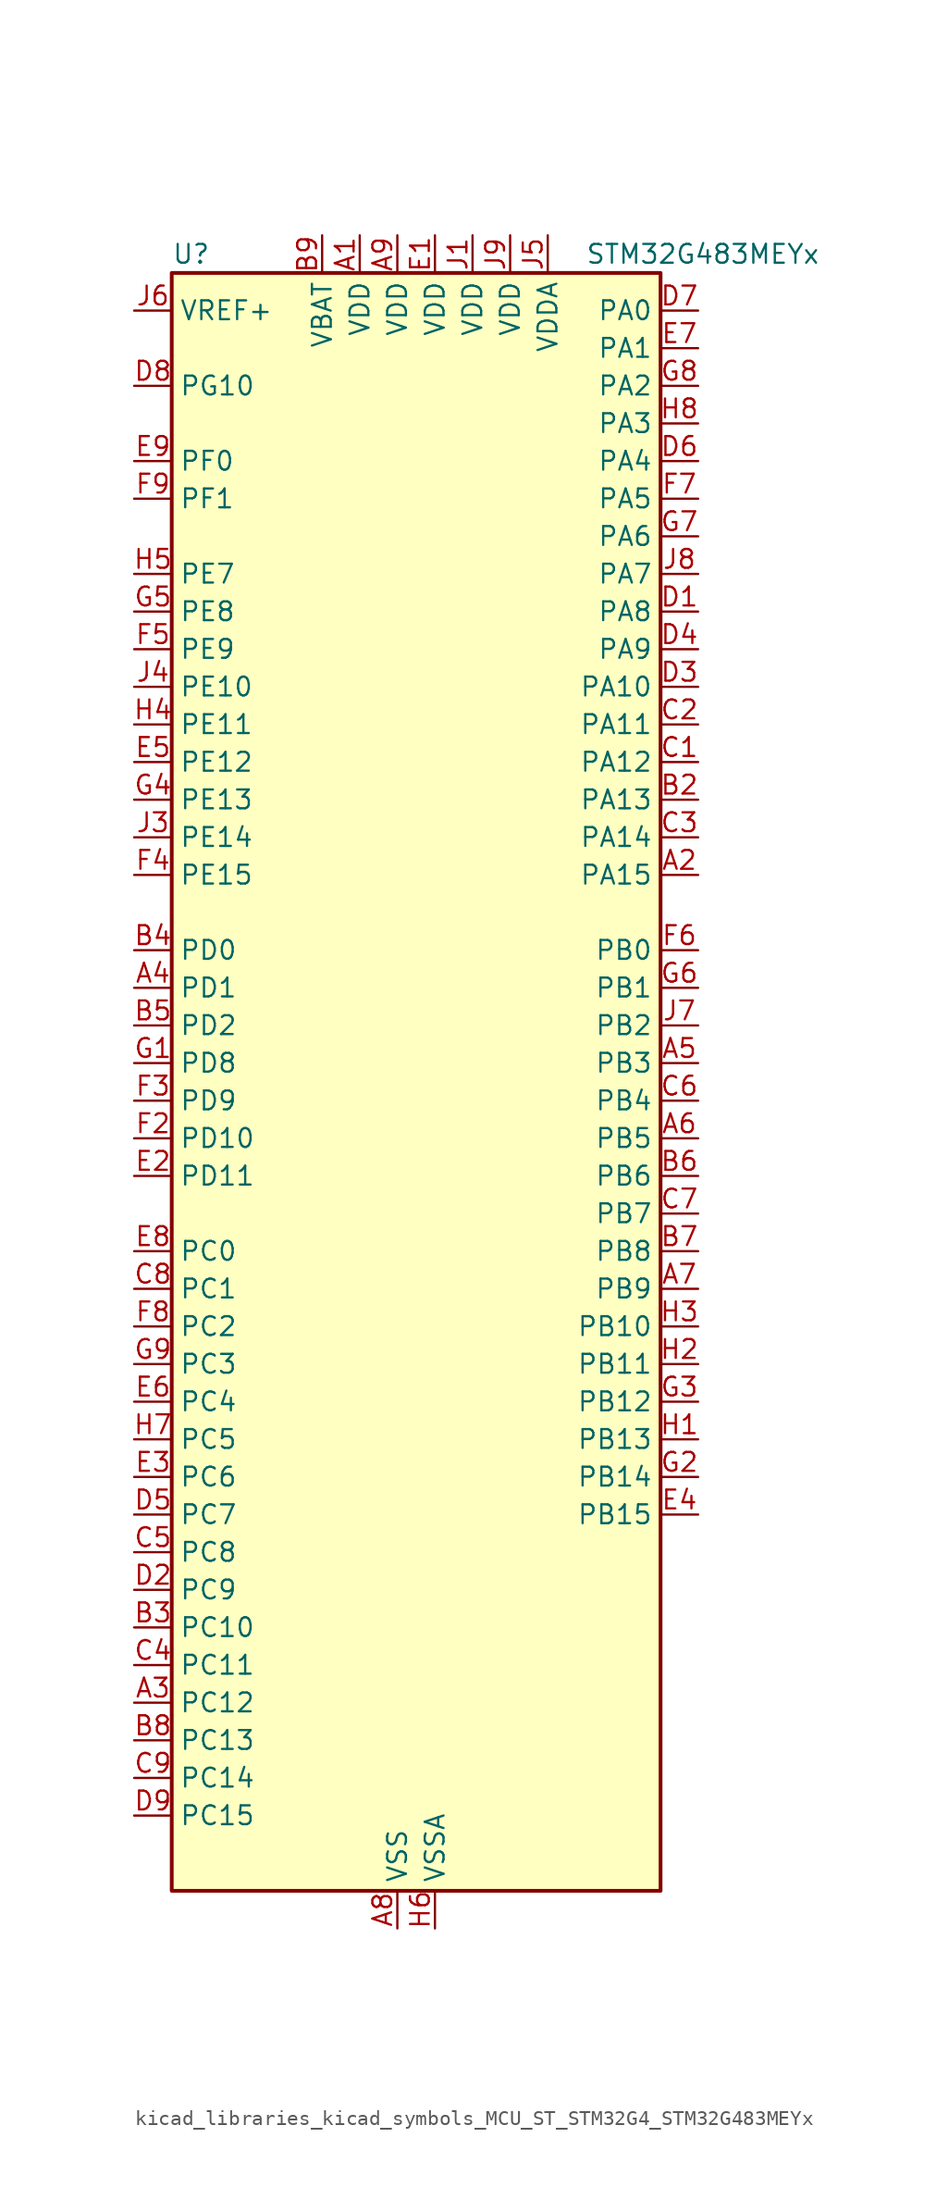
<source format=kicad_sym>
(kicad_symbol_lib
  (version 20220914)
  (generator kicad_symbol_editor)
  (symbol "kicad_libraries_kicad_symbols_MCU_ST_STM32G4_STM32G483MEYx"
    (property "Reference" "U"
      (at -15.24 57.15 0)
      (effects (font (size 1.27 1.27)) (justify left)))
    (property "Value" "STM32G483MEYx"
      (at 12.7 57.15 0)
      (effects (font (size 1.27 1.27)) (justify left)))
    (property "ki_locked" ""
      (at 0 0 0)
      (effects (font (size 1.27 1.27))))
    (symbol "kicad_libraries_kicad_symbols_MCU_ST_STM32G4_STM32G483MEYx_0_1"
      (rectangle (start -15.24 -53.34) (end 17.78 55.88) (stroke (width 0.254) (type default)) (fill (type background))))
    (symbol "kicad_libraries_kicad_symbols_MCU_ST_STM32G4_STM32G483MEYx_1_1"
      (pin power_in line (at -2.54 58.42 270) (length 2.54) (name "VDD" (effects (font (size 1.27 1.27)))) (number "A1" (effects (font (size 1.27 1.27)))))
      (pin bidirectional line (at 20.32 15.24 180) (length 2.54) (name "PA15" (effects (font (size 1.27 1.27)))) (number "A2" (effects (font (size 1.27 1.27)))) (alternate "ADC1_EXTI15" bidirectional line) (alternate "ADC2_EXTI15" bidirectional line) (alternate "FDCAN3_TX" bidirectional line) (alternate "I2C1_SCL" bidirectional line) (alternate "I2S3_WS" bidirectional line) (alternate "SPI1_NSS" bidirectional line) (alternate "SPI3_NSS" bidirectional line) (alternate "SYS_JTDI" bidirectional line) (alternate "TIM1_BKIN" bidirectional line) (alternate "TIM2_CH1" bidirectional line) (alternate "TIM2_ETR" bidirectional line) (alternate "TIM8_CH1" bidirectional line) (alternate "UART4_DE" bidirectional line) (alternate "UART4_RTS" bidirectional line) (alternate "USART2_RX" bidirectional line))
      (pin bidirectional line (at -17.78 -40.64 0) (length 2.54) (name "PC12" (effects (font (size 1.27 1.27)))) (number "A3" (effects (font (size 1.27 1.27)))) (alternate "I2S3_SD" bidirectional line) (alternate "SPI3_MOSI" bidirectional line) (alternate "TIM5_CH2" bidirectional line) (alternate "TIM8_CH3N" bidirectional line) (alternate "UART5_TX" bidirectional line) (alternate "UCPD1_FRSTX1" bidirectional line) (alternate "UCPD1_FRSTX2" bidirectional line) (alternate "USART3_CK" bidirectional line))
      (pin bidirectional line (at -17.78 7.62 0) (length 2.54) (name "PD1" (effects (font (size 1.27 1.27)))) (number "A4" (effects (font (size 1.27 1.27)))) (alternate "FDCAN1_TX" bidirectional line) (alternate "TIM8_BKIN2" bidirectional line) (alternate "TIM8_CH4" bidirectional line))
      (pin bidirectional line (at 20.32 2.54 180) (length 2.54) (name "PB3" (effects (font (size 1.27 1.27)))) (number "A5" (effects (font (size 1.27 1.27)))) (alternate "ADC3_EXTI3" bidirectional line) (alternate "ADC4_EXTI3" bidirectional line) (alternate "ADC5_EXTI3" bidirectional line) (alternate "CRS_SYNC" bidirectional line) (alternate "FDCAN3_RX" bidirectional line) (alternate "I2S3_CK" bidirectional line) (alternate "SAI1_SCK_B" bidirectional line) (alternate "SPI1_SCK" bidirectional line) (alternate "SPI3_SCK" bidirectional line) (alternate "SYS_JTDO-SWO" bidirectional line) (alternate "TIM2_CH2" bidirectional line) (alternate "TIM3_ETR" bidirectional line) (alternate "TIM4_ETR" bidirectional line) (alternate "TIM8_CH1N" bidirectional line) (alternate "USART2_TX" bidirectional line))
      (pin bidirectional line (at 20.32 -2.54 180) (length 2.54) (name "PB5" (effects (font (size 1.27 1.27)))) (number "A6" (effects (font (size 1.27 1.27)))) (alternate "FDCAN2_RX" bidirectional line) (alternate "I2C1_SMBA" bidirectional line) (alternate "I2C3_SDA" bidirectional line) (alternate "I2S3_SD" bidirectional line) (alternate "LPTIM1_IN1" bidirectional line) (alternate "SAI1_SD_B" bidirectional line) (alternate "SPI1_MOSI" bidirectional line) (alternate "SPI3_MOSI" bidirectional line) (alternate "TIM16_BKIN" bidirectional line) (alternate "TIM17_CH1" bidirectional line) (alternate "TIM3_CH2" bidirectional line) (alternate "TIM8_CH3N" bidirectional line) (alternate "UART5_CTS" bidirectional line) (alternate "USART2_CK" bidirectional line))
      (pin bidirectional line (at 20.32 -12.7 180) (length 2.54) (name "PB9" (effects (font (size 1.27 1.27)))) (number "A7" (effects (font (size 1.27 1.27)))) (alternate "COMP2_OUT" bidirectional line) (alternate "DAC1_EXTI9" bidirectional line) (alternate "DAC2_EXTI9" bidirectional line) (alternate "DAC3_EXTI9" bidirectional line) (alternate "DAC4_EXTI9" bidirectional line) (alternate "FDCAN1_TX" bidirectional line) (alternate "I2C1_SDA" bidirectional line) (alternate "IR_OUT" bidirectional line) (alternate "SAI1_D2" bidirectional line) (alternate "SAI1_FS_A" bidirectional line) (alternate "TIM17_CH1" bidirectional line) (alternate "TIM1_CH3N" bidirectional line) (alternate "TIM4_CH4" bidirectional line) (alternate "TIM8_CH3" bidirectional line) (alternate "USART3_TX" bidirectional line))
      (pin power_in line (at 0 -55.88 90) (length 2.54) (name "VSS" (effects (font (size 1.27 1.27)))) (number "A8" (effects (font (size 1.27 1.27)))))
      (pin power_in line (at 0 58.42 270) (length 2.54) (name "VDD" (effects (font (size 1.27 1.27)))) (number "A9" (effects (font (size 1.27 1.27)))))
      (pin passive line (at 0 -55.88 90) (length 2.54) hide (name "VSS" (effects (font (size 1.27 1.27)))) (number "B1" (effects (font (size 1.27 1.27)))))
      (pin bidirectional line (at 20.32 20.32 180) (length 2.54) (name "PA13" (effects (font (size 1.27 1.27)))) (number "B2" (effects (font (size 1.27 1.27)))) (alternate "I2C1_SCL" bidirectional line) (alternate "I2C4_SCL" bidirectional line) (alternate "IR_OUT" bidirectional line) (alternate "SAI1_SD_B" bidirectional line) (alternate "SYS_JTMS-SWDIO" bidirectional line) (alternate "TIM16_CH1N" bidirectional line) (alternate "TIM4_CH3" bidirectional line) (alternate "USART3_CTS" bidirectional line) (alternate "USART3_NSS" bidirectional line))
      (pin bidirectional line (at -17.78 -35.56 0) (length 2.54) (name "PC10" (effects (font (size 1.27 1.27)))) (number "B3" (effects (font (size 1.27 1.27)))) (alternate "DAC1_EXTI10" bidirectional line) (alternate "DAC2_EXTI10" bidirectional line) (alternate "DAC3_EXTI10" bidirectional line) (alternate "DAC4_EXTI10" bidirectional line) (alternate "I2S3_CK" bidirectional line) (alternate "SPI3_SCK" bidirectional line) (alternate "TIM8_CH1N" bidirectional line) (alternate "UART4_TX" bidirectional line) (alternate "USART3_TX" bidirectional line))
      (pin bidirectional line (at -17.78 10.16 0) (length 2.54) (name "PD0" (effects (font (size 1.27 1.27)))) (number "B4" (effects (font (size 1.27 1.27)))) (alternate "FDCAN1_RX" bidirectional line) (alternate "TIM8_CH4N" bidirectional line))
      (pin bidirectional line (at -17.78 5.08 0) (length 2.54) (name "PD2" (effects (font (size 1.27 1.27)))) (number "B5" (effects (font (size 1.27 1.27)))) (alternate "ADC3_EXTI2" bidirectional line) (alternate "ADC4_EXTI2" bidirectional line) (alternate "ADC5_EXTI2" bidirectional line) (alternate "TIM3_ETR" bidirectional line) (alternate "TIM8_BKIN" bidirectional line) (alternate "UART5_RX" bidirectional line))
      (pin bidirectional line (at 20.32 -5.08 180) (length 2.54) (name "PB6" (effects (font (size 1.27 1.27)))) (number "B6" (effects (font (size 1.27 1.27)))) (alternate "COMP4_OUT" bidirectional line) (alternate "FDCAN2_TX" bidirectional line) (alternate "LPTIM1_ETR" bidirectional line) (alternate "SAI1_FS_B" bidirectional line) (alternate "TIM16_CH1N" bidirectional line) (alternate "TIM4_CH1" bidirectional line) (alternate "TIM8_BKIN2" bidirectional line) (alternate "TIM8_CH1" bidirectional line) (alternate "TIM8_ETR" bidirectional line) (alternate "UCPD1_CC1" bidirectional line) (alternate "USART1_TX" bidirectional line))
      (pin bidirectional line (at 20.32 -10.16 180) (length 2.54) (name "PB8" (effects (font (size 1.27 1.27)))) (number "B7" (effects (font (size 1.27 1.27)))) (alternate "COMP1_OUT" bidirectional line) (alternate "FDCAN1_RX" bidirectional line) (alternate "I2C1_SCL" bidirectional line) (alternate "SAI1_CK1" bidirectional line) (alternate "SAI1_MCLK_A" bidirectional line) (alternate "TIM16_CH1" bidirectional line) (alternate "TIM1_BKIN" bidirectional line) (alternate "TIM4_CH3" bidirectional line) (alternate "TIM8_CH2" bidirectional line) (alternate "USART3_RX" bidirectional line))
      (pin bidirectional line (at -17.78 -43.18 0) (length 2.54) (name "PC13" (effects (font (size 1.27 1.27)))) (number "B8" (effects (font (size 1.27 1.27)))) (alternate "RTC_OUT1" bidirectional line) (alternate "RTC_TAMP1" bidirectional line) (alternate "RTC_TS" bidirectional line) (alternate "SYS_WKUP2" bidirectional line) (alternate "TIM1_BKIN" bidirectional line) (alternate "TIM1_CH1N" bidirectional line) (alternate "TIM8_CH4N" bidirectional line))
      (pin power_in line (at -5.08 58.42 270) (length 2.54) (name "VBAT" (effects (font (size 1.27 1.27)))) (number "B9" (effects (font (size 1.27 1.27)))))
      (pin bidirectional line (at 20.32 22.86 180) (length 2.54) (name "PA12" (effects (font (size 1.27 1.27)))) (number "C1" (effects (font (size 1.27 1.27)))) (alternate "COMP2_OUT" bidirectional line) (alternate "FDCAN1_TX" bidirectional line) (alternate "I2S_CKIN" bidirectional line) (alternate "TIM16_CH1" bidirectional line) (alternate "TIM1_CH2N" bidirectional line) (alternate "TIM1_ETR" bidirectional line) (alternate "TIM4_CH2" bidirectional line) (alternate "USART1_DE" bidirectional line) (alternate "USART1_RTS" bidirectional line) (alternate "USB_DP" bidirectional line))
      (pin bidirectional line (at 20.32 25.4 180) (length 2.54) (name "PA11" (effects (font (size 1.27 1.27)))) (number "C2" (effects (font (size 1.27 1.27)))) (alternate "ADC1_EXTI11" bidirectional line) (alternate "ADC2_EXTI11" bidirectional line) (alternate "COMP1_OUT" bidirectional line) (alternate "FDCAN1_RX" bidirectional line) (alternate "I2S2_SD" bidirectional line) (alternate "SPI2_MOSI" bidirectional line) (alternate "TIM1_BKIN2" bidirectional line) (alternate "TIM1_CH1N" bidirectional line) (alternate "TIM1_CH4" bidirectional line) (alternate "TIM4_CH1" bidirectional line) (alternate "USART1_CTS" bidirectional line) (alternate "USART1_NSS" bidirectional line) (alternate "USB_DM" bidirectional line))
      (pin bidirectional line (at 20.32 17.78 180) (length 2.54) (name "PA14" (effects (font (size 1.27 1.27)))) (number "C3" (effects (font (size 1.27 1.27)))) (alternate "I2C1_SDA" bidirectional line) (alternate "I2C4_SMBA" bidirectional line) (alternate "LPTIM1_OUT" bidirectional line) (alternate "SAI1_FS_B" bidirectional line) (alternate "SYS_JTCK-SWCLK" bidirectional line) (alternate "TIM1_BKIN" bidirectional line) (alternate "TIM8_CH2" bidirectional line) (alternate "USART2_TX" bidirectional line))
      (pin bidirectional line (at -17.78 -38.1 0) (length 2.54) (name "PC11" (effects (font (size 1.27 1.27)))) (number "C4" (effects (font (size 1.27 1.27)))) (alternate "ADC1_EXTI11" bidirectional line) (alternate "ADC2_EXTI11" bidirectional line) (alternate "I2C3_SDA" bidirectional line) (alternate "SPI3_MISO" bidirectional line) (alternate "TIM8_CH2N" bidirectional line) (alternate "UART4_RX" bidirectional line) (alternate "USART3_RX" bidirectional line))
      (pin bidirectional line (at -17.78 -30.48 0) (length 2.54) (name "PC8" (effects (font (size 1.27 1.27)))) (number "C5" (effects (font (size 1.27 1.27)))) (alternate "COMP7_OUT" bidirectional line) (alternate "I2C3_SCL" bidirectional line) (alternate "TIM20_CH3" bidirectional line) (alternate "TIM3_CH3" bidirectional line) (alternate "TIM8_CH3" bidirectional line))
      (pin bidirectional line (at 20.32 0 180) (length 2.54) (name "PB4" (effects (font (size 1.27 1.27)))) (number "C6" (effects (font (size 1.27 1.27)))) (alternate "FDCAN3_TX" bidirectional line) (alternate "SAI1_MCLK_B" bidirectional line) (alternate "SPI1_MISO" bidirectional line) (alternate "SPI3_MISO" bidirectional line) (alternate "SYS_JTRST" bidirectional line) (alternate "TIM16_CH1" bidirectional line) (alternate "TIM17_BKIN" bidirectional line) (alternate "TIM3_CH1" bidirectional line) (alternate "TIM8_CH2N" bidirectional line) (alternate "UART5_DE" bidirectional line) (alternate "UART5_RTS" bidirectional line) (alternate "UCPD1_CC2" bidirectional line) (alternate "USART2_RX" bidirectional line))
      (pin bidirectional line (at 20.32 -7.62 180) (length 2.54) (name "PB7" (effects (font (size 1.27 1.27)))) (number "C7" (effects (font (size 1.27 1.27)))) (alternate "COMP3_OUT" bidirectional line) (alternate "I2C1_SDA" bidirectional line) (alternate "I2C4_SDA" bidirectional line) (alternate "LPTIM1_IN2" bidirectional line) (alternate "SYS_PVD_IN" bidirectional line) (alternate "TIM17_CH1N" bidirectional line) (alternate "TIM3_CH4" bidirectional line) (alternate "TIM4_CH2" bidirectional line) (alternate "TIM8_BKIN" bidirectional line) (alternate "UART4_CTS" bidirectional line) (alternate "USART1_RX" bidirectional line))
      (pin bidirectional line (at -17.78 -12.7 0) (length 2.54) (name "PC1" (effects (font (size 1.27 1.27)))) (number "C8" (effects (font (size 1.27 1.27)))) (alternate "ADC1_IN7" bidirectional line) (alternate "ADC2_IN7" bidirectional line) (alternate "COMP3_INP" bidirectional line) (alternate "LPTIM1_OUT" bidirectional line) (alternate "LPUART1_TX" bidirectional line) (alternate "QUADSPI1_BK2_IO0" bidirectional line) (alternate "SAI1_SD_A" bidirectional line) (alternate "TIM1_CH2" bidirectional line))
      (pin bidirectional line (at -17.78 -45.72 0) (length 2.54) (name "PC14" (effects (font (size 1.27 1.27)))) (number "C9" (effects (font (size 1.27 1.27)))) (alternate "RCC_OSC32_IN" bidirectional line))
      (pin bidirectional line (at 20.32 33.02 180) (length 2.54) (name "PA8" (effects (font (size 1.27 1.27)))) (number "D1" (effects (font (size 1.27 1.27)))) (alternate "ADC5_IN1" bidirectional line) (alternate "COMP7_OUT" bidirectional line) (alternate "FDCAN3_RX" bidirectional line) (alternate "I2C2_SDA" bidirectional line) (alternate "I2C3_SCL" bidirectional line) (alternate "I2S2_MCK" bidirectional line) (alternate "OPAMP5_VOUT" bidirectional line) (alternate "RCC_MCO" bidirectional line) (alternate "SAI1_CK2" bidirectional line) (alternate "SAI1_SCK_A" bidirectional line) (alternate "TIM1_CH1" bidirectional line) (alternate "TIM4_ETR" bidirectional line) (alternate "USART1_CK" bidirectional line))
      (pin bidirectional line (at -17.78 -33.02 0) (length 2.54) (name "PC9" (effects (font (size 1.27 1.27)))) (number "D2" (effects (font (size 1.27 1.27)))) (alternate "DAC1_EXTI9" bidirectional line) (alternate "DAC2_EXTI9" bidirectional line) (alternate "DAC3_EXTI9" bidirectional line) (alternate "DAC4_EXTI9" bidirectional line) (alternate "I2C3_SDA" bidirectional line) (alternate "I2S_CKIN" bidirectional line) (alternate "TIM3_CH4" bidirectional line) (alternate "TIM8_BKIN2" bidirectional line) (alternate "TIM8_CH4" bidirectional line))
      (pin bidirectional line (at 20.32 27.94 180) (length 2.54) (name "PA10" (effects (font (size 1.27 1.27)))) (number "D3" (effects (font (size 1.27 1.27)))) (alternate "COMP6_OUT" bidirectional line) (alternate "CRS_SYNC" bidirectional line) (alternate "DAC1_EXTI10" bidirectional line) (alternate "DAC2_EXTI10" bidirectional line) (alternate "DAC3_EXTI10" bidirectional line) (alternate "DAC4_EXTI10" bidirectional line) (alternate "I2C2_SMBA" bidirectional line) (alternate "SAI1_D1" bidirectional line) (alternate "SAI1_SD_A" bidirectional line) (alternate "SPI2_MISO" bidirectional line) (alternate "TIM17_BKIN" bidirectional line) (alternate "TIM1_CH3" bidirectional line) (alternate "TIM2_CH4" bidirectional line) (alternate "TIM8_BKIN" bidirectional line) (alternate "UCPD1_DBCC2" bidirectional line) (alternate "USART1_RX" bidirectional line))
      (pin bidirectional line (at 20.32 30.48 180) (length 2.54) (name "PA9" (effects (font (size 1.27 1.27)))) (number "D4" (effects (font (size 1.27 1.27)))) (alternate "ADC5_IN2" bidirectional line) (alternate "COMP5_OUT" bidirectional line) (alternate "DAC1_EXTI9" bidirectional line) (alternate "DAC2_EXTI9" bidirectional line) (alternate "DAC3_EXTI9" bidirectional line) (alternate "DAC4_EXTI9" bidirectional line) (alternate "I2C2_SCL" bidirectional line) (alternate "I2C3_SMBA" bidirectional line) (alternate "I2S3_MCK" bidirectional line) (alternate "SAI1_FS_A" bidirectional line) (alternate "TIM15_BKIN" bidirectional line) (alternate "TIM1_CH2" bidirectional line) (alternate "TIM2_CH3" bidirectional line) (alternate "UCPD1_DBCC1" bidirectional line) (alternate "USART1_TX" bidirectional line))
      (pin bidirectional line (at -17.78 -27.94 0) (length 2.54) (name "PC7" (effects (font (size 1.27 1.27)))) (number "D5" (effects (font (size 1.27 1.27)))) (alternate "COMP5_OUT" bidirectional line) (alternate "I2C4_SDA" bidirectional line) (alternate "I2S3_MCK" bidirectional line) (alternate "TIM3_CH2" bidirectional line) (alternate "TIM8_CH2" bidirectional line))
      (pin bidirectional line (at 20.32 43.18 180) (length 2.54) (name "PA4" (effects (font (size 1.27 1.27)))) (number "D6" (effects (font (size 1.27 1.27)))) (alternate "ADC2_IN17" bidirectional line) (alternate "COMP1_INM" bidirectional line) (alternate "DAC1_OUT1" bidirectional line) (alternate "I2S3_WS" bidirectional line) (alternate "SAI1_FS_B" bidirectional line) (alternate "SPI1_NSS" bidirectional line) (alternate "SPI3_NSS" bidirectional line) (alternate "TIM3_CH2" bidirectional line) (alternate "USART2_CK" bidirectional line))
      (pin bidirectional line (at 20.32 53.34 180) (length 2.54) (name "PA0" (effects (font (size 1.27 1.27)))) (number "D7" (effects (font (size 1.27 1.27)))) (alternate "ADC1_IN1" bidirectional line) (alternate "ADC2_IN1" bidirectional line) (alternate "COMP1_INM" bidirectional line) (alternate "COMP1_OUT" bidirectional line) (alternate "COMP3_INP" bidirectional line) (alternate "RTC_TAMP2" bidirectional line) (alternate "SYS_WKUP1" bidirectional line) (alternate "TIM2_CH1" bidirectional line) (alternate "TIM2_ETR" bidirectional line) (alternate "TIM5_CH1" bidirectional line) (alternate "TIM8_BKIN" bidirectional line) (alternate "TIM8_ETR" bidirectional line) (alternate "USART2_CTS" bidirectional line) (alternate "USART2_NSS" bidirectional line))
      (pin bidirectional line (at -17.78 48.26 0) (length 2.54) (name "PG10" (effects (font (size 1.27 1.27)))) (number "D8" (effects (font (size 1.27 1.27)))) (alternate "DAC1_EXTI10" bidirectional line) (alternate "DAC2_EXTI10" bidirectional line) (alternate "DAC3_EXTI10" bidirectional line) (alternate "DAC4_EXTI10" bidirectional line) (alternate "RCC_MCO" bidirectional line))
      (pin bidirectional line (at -17.78 -48.26 0) (length 2.54) (name "PC15" (effects (font (size 1.27 1.27)))) (number "D9" (effects (font (size 1.27 1.27)))) (alternate "ADC1_EXTI15" bidirectional line) (alternate "ADC2_EXTI15" bidirectional line) (alternate "RCC_OSC32_OUT" bidirectional line))
      (pin power_in line (at 2.54 58.42 270) (length 2.54) (name "VDD" (effects (font (size 1.27 1.27)))) (number "E1" (effects (font (size 1.27 1.27)))))
      (pin bidirectional line (at -17.78 -5.08 0) (length 2.54) (name "PD11" (effects (font (size 1.27 1.27)))) (number "E2" (effects (font (size 1.27 1.27)))) (alternate "ADC1_EXTI11" bidirectional line) (alternate "ADC2_EXTI11" bidirectional line) (alternate "ADC3_IN8" bidirectional line) (alternate "ADC4_IN8" bidirectional line) (alternate "ADC5_IN8" bidirectional line) (alternate "COMP6_INP" bidirectional line) (alternate "I2C4_SMBA" bidirectional line) (alternate "OPAMP4_VINP" bidirectional line) (alternate "OPAMP4_VINP_SEC" bidirectional line) (alternate "TIM5_ETR" bidirectional line) (alternate "USART3_CTS" bidirectional line) (alternate "USART3_NSS" bidirectional line))
      (pin bidirectional line (at -17.78 -25.4 0) (length 2.54) (name "PC6" (effects (font (size 1.27 1.27)))) (number "E3" (effects (font (size 1.27 1.27)))) (alternate "COMP6_OUT" bidirectional line) (alternate "I2C4_SCL" bidirectional line) (alternate "I2S2_MCK" bidirectional line) (alternate "TIM3_CH1" bidirectional line) (alternate "TIM8_CH1" bidirectional line))
      (pin bidirectional line (at 20.32 -27.94 180) (length 2.54) (name "PB15" (effects (font (size 1.27 1.27)))) (number "E4" (effects (font (size 1.27 1.27)))) (alternate "ADC1_EXTI15" bidirectional line) (alternate "ADC2_EXTI15" bidirectional line) (alternate "ADC2_IN15" bidirectional line) (alternate "ADC4_IN5" bidirectional line) (alternate "COMP3_OUT" bidirectional line) (alternate "COMP6_INM" bidirectional line) (alternate "I2S2_SD" bidirectional line) (alternate "OPAMP5_VINM" bidirectional line) (alternate "OPAMP5_VINM0" bidirectional line) (alternate "OPAMP5_VINM_SEC" bidirectional line) (alternate "RTC_REFIN" bidirectional line) (alternate "SPI2_MOSI" bidirectional line) (alternate "TIM15_CH1N" bidirectional line) (alternate "TIM15_CH2" bidirectional line) (alternate "TIM1_CH3N" bidirectional line))
      (pin bidirectional line (at -17.78 22.86 0) (length 2.54) (name "PE12" (effects (font (size 1.27 1.27)))) (number "E5" (effects (font (size 1.27 1.27)))) (alternate "ADC3_IN16" bidirectional line) (alternate "ADC4_IN16" bidirectional line) (alternate "ADC5_IN16" bidirectional line) (alternate "QUADSPI1_BK1_IO0" bidirectional line) (alternate "SPI4_SCK" bidirectional line) (alternate "TIM1_CH3N" bidirectional line))
      (pin bidirectional line (at -17.78 -20.32 0) (length 2.54) (name "PC4" (effects (font (size 1.27 1.27)))) (number "E6" (effects (font (size 1.27 1.27)))) (alternate "ADC2_IN5" bidirectional line) (alternate "I2C2_SCL" bidirectional line) (alternate "QUADSPI1_BK2_IO3" bidirectional line) (alternate "TIM1_ETR" bidirectional line) (alternate "USART1_TX" bidirectional line))
      (pin bidirectional line (at 20.32 50.8 180) (length 2.54) (name "PA1" (effects (font (size 1.27 1.27)))) (number "E7" (effects (font (size 1.27 1.27)))) (alternate "ADC1_IN2" bidirectional line) (alternate "ADC2_IN2" bidirectional line) (alternate "COMP1_INP" bidirectional line) (alternate "OPAMP1_VINP" bidirectional line) (alternate "OPAMP1_VINP_SEC" bidirectional line) (alternate "OPAMP3_VINP" bidirectional line) (alternate "OPAMP3_VINP_SEC" bidirectional line) (alternate "OPAMP6_VINM" bidirectional line) (alternate "OPAMP6_VINM0" bidirectional line) (alternate "OPAMP6_VINM_SEC" bidirectional line) (alternate "RTC_REFIN" bidirectional line) (alternate "TIM15_CH1N" bidirectional line) (alternate "TIM2_CH2" bidirectional line) (alternate "TIM5_CH2" bidirectional line) (alternate "USART2_DE" bidirectional line) (alternate "USART2_RTS" bidirectional line))
      (pin bidirectional line (at -17.78 -10.16 0) (length 2.54) (name "PC0" (effects (font (size 1.27 1.27)))) (number "E8" (effects (font (size 1.27 1.27)))) (alternate "ADC1_IN6" bidirectional line) (alternate "ADC2_IN6" bidirectional line) (alternate "COMP3_INM" bidirectional line) (alternate "LPTIM1_IN1" bidirectional line) (alternate "LPUART1_RX" bidirectional line) (alternate "TIM1_CH1" bidirectional line))
      (pin bidirectional line (at -17.78 43.18 0) (length 2.54) (name "PF0" (effects (font (size 1.27 1.27)))) (number "E9" (effects (font (size 1.27 1.27)))) (alternate "ADC1_IN10" bidirectional line) (alternate "I2C2_SDA" bidirectional line) (alternate "I2S2_WS" bidirectional line) (alternate "RCC_OSC_IN" bidirectional line) (alternate "SPI2_NSS" bidirectional line) (alternate "TIM1_CH3N" bidirectional line))
      (pin passive line (at 0 -55.88 90) (length 2.54) hide (name "VSS" (effects (font (size 1.27 1.27)))) (number "F1" (effects (font (size 1.27 1.27)))))
      (pin bidirectional line (at -17.78 -2.54 0) (length 2.54) (name "PD10" (effects (font (size 1.27 1.27)))) (number "F2" (effects (font (size 1.27 1.27)))) (alternate "ADC3_IN7" bidirectional line) (alternate "ADC4_IN7" bidirectional line) (alternate "ADC5_IN7" bidirectional line) (alternate "COMP6_INM" bidirectional line) (alternate "DAC1_EXTI10" bidirectional line) (alternate "DAC2_EXTI10" bidirectional line) (alternate "DAC3_EXTI10" bidirectional line) (alternate "DAC4_EXTI10" bidirectional line) (alternate "USART3_CK" bidirectional line))
      (pin bidirectional line (at -17.78 0 0) (length 2.54) (name "PD9" (effects (font (size 1.27 1.27)))) (number "F3" (effects (font (size 1.27 1.27)))) (alternate "ADC4_IN13" bidirectional line) (alternate "ADC5_IN13" bidirectional line) (alternate "DAC1_EXTI9" bidirectional line) (alternate "DAC2_EXTI9" bidirectional line) (alternate "DAC3_EXTI9" bidirectional line) (alternate "DAC4_EXTI9" bidirectional line) (alternate "OPAMP6_VINP" bidirectional line) (alternate "OPAMP6_VINP_SEC" bidirectional line) (alternate "USART3_RX" bidirectional line))
      (pin bidirectional line (at -17.78 15.24 0) (length 2.54) (name "PE15" (effects (font (size 1.27 1.27)))) (number "F4" (effects (font (size 1.27 1.27)))) (alternate "ADC1_EXTI15" bidirectional line) (alternate "ADC2_EXTI15" bidirectional line) (alternate "ADC4_IN2" bidirectional line) (alternate "QUADSPI1_BK1_IO3" bidirectional line) (alternate "TIM1_BKIN" bidirectional line) (alternate "TIM1_CH4N" bidirectional line) (alternate "USART3_RX" bidirectional line))
      (pin bidirectional line (at -17.78 30.48 0) (length 2.54) (name "PE9" (effects (font (size 1.27 1.27)))) (number "F5" (effects (font (size 1.27 1.27)))) (alternate "ADC3_IN2" bidirectional line) (alternate "DAC1_EXTI9" bidirectional line) (alternate "DAC2_EXTI9" bidirectional line) (alternate "DAC3_EXTI9" bidirectional line) (alternate "DAC4_EXTI9" bidirectional line) (alternate "SAI1_FS_B" bidirectional line) (alternate "TIM1_CH1" bidirectional line) (alternate "TIM5_CH4" bidirectional line))
      (pin bidirectional line (at 20.32 10.16 180) (length 2.54) (name "PB0" (effects (font (size 1.27 1.27)))) (number "F6" (effects (font (size 1.27 1.27)))) (alternate "ADC1_IN15" bidirectional line) (alternate "ADC3_IN12" bidirectional line) (alternate "COMP4_INP" bidirectional line) (alternate "OPAMP2_VINP" bidirectional line) (alternate "OPAMP2_VINP_SEC" bidirectional line) (alternate "OPAMP3_VINP" bidirectional line) (alternate "OPAMP3_VINP_SEC" bidirectional line) (alternate "QUADSPI1_BK1_IO1" bidirectional line) (alternate "TIM1_CH2N" bidirectional line) (alternate "TIM3_CH3" bidirectional line) (alternate "TIM8_CH2N" bidirectional line) (alternate "UCPD1_FRSTX1" bidirectional line) (alternate "UCPD1_FRSTX2" bidirectional line))
      (pin bidirectional line (at 20.32 40.64 180) (length 2.54) (name "PA5" (effects (font (size 1.27 1.27)))) (number "F7" (effects (font (size 1.27 1.27)))) (alternate "ADC2_IN13" bidirectional line) (alternate "COMP2_INM" bidirectional line) (alternate "DAC1_OUT2" bidirectional line) (alternate "OPAMP2_VINM" bidirectional line) (alternate "OPAMP2_VINM0" bidirectional line) (alternate "OPAMP2_VINM_SEC" bidirectional line) (alternate "SPI1_SCK" bidirectional line) (alternate "TIM2_CH1" bidirectional line) (alternate "TIM2_ETR" bidirectional line) (alternate "UCPD1_FRSTX1" bidirectional line) (alternate "UCPD1_FRSTX2" bidirectional line))
      (pin bidirectional line (at -17.78 -15.24 0) (length 2.54) (name "PC2" (effects (font (size 1.27 1.27)))) (number "F8" (effects (font (size 1.27 1.27)))) (alternate "ADC1_IN8" bidirectional line) (alternate "ADC2_IN8" bidirectional line) (alternate "ADC3_EXTI2" bidirectional line) (alternate "ADC4_EXTI2" bidirectional line) (alternate "ADC5_EXTI2" bidirectional line) (alternate "COMP3_OUT" bidirectional line) (alternate "LPTIM1_IN2" bidirectional line) (alternate "QUADSPI1_BK2_IO1" bidirectional line) (alternate "TIM1_CH3" bidirectional line) (alternate "TIM20_CH2" bidirectional line))
      (pin bidirectional line (at -17.78 40.64 0) (length 2.54) (name "PF1" (effects (font (size 1.27 1.27)))) (number "F9" (effects (font (size 1.27 1.27)))) (alternate "ADC2_IN10" bidirectional line) (alternate "COMP3_INM" bidirectional line) (alternate "I2S2_CK" bidirectional line) (alternate "RCC_OSC_OUT" bidirectional line) (alternate "SPI2_SCK" bidirectional line))
      (pin bidirectional line (at -17.78 2.54 0) (length 2.54) (name "PD8" (effects (font (size 1.27 1.27)))) (number "G1" (effects (font (size 1.27 1.27)))) (alternate "ADC4_IN12" bidirectional line) (alternate "ADC5_IN12" bidirectional line) (alternate "OPAMP4_VINM" bidirectional line) (alternate "OPAMP4_VINM1" bidirectional line) (alternate "OPAMP4_VINM_SEC" bidirectional line) (alternate "USART3_TX" bidirectional line))
      (pin bidirectional line (at 20.32 -25.4 180) (length 2.54) (name "PB14" (effects (font (size 1.27 1.27)))) (number "G2" (effects (font (size 1.27 1.27)))) (alternate "ADC1_IN5" bidirectional line) (alternate "ADC4_IN4" bidirectional line) (alternate "COMP4_OUT" bidirectional line) (alternate "COMP7_INP" bidirectional line) (alternate "OPAMP2_VINP" bidirectional line) (alternate "OPAMP2_VINP_SEC" bidirectional line) (alternate "OPAMP5_VINP" bidirectional line) (alternate "OPAMP5_VINP_SEC" bidirectional line) (alternate "SPI2_MISO" bidirectional line) (alternate "TIM15_CH1" bidirectional line) (alternate "TIM1_CH2N" bidirectional line) (alternate "USART3_DE" bidirectional line) (alternate "USART3_RTS" bidirectional line))
      (pin bidirectional line (at 20.32 -20.32 180) (length 2.54) (name "PB12" (effects (font (size 1.27 1.27)))) (number "G3" (effects (font (size 1.27 1.27)))) (alternate "ADC1_IN11" bidirectional line) (alternate "ADC4_IN3" bidirectional line) (alternate "COMP7_INM" bidirectional line) (alternate "FDCAN2_RX" bidirectional line) (alternate "I2C2_SMBA" bidirectional line) (alternate "I2S2_WS" bidirectional line) (alternate "LPUART1_DE" bidirectional line) (alternate "LPUART1_RTS" bidirectional line) (alternate "OPAMP4_VOUT" bidirectional line) (alternate "OPAMP6_VINP" bidirectional line) (alternate "OPAMP6_VINP_SEC" bidirectional line) (alternate "SPI2_NSS" bidirectional line) (alternate "TIM1_BKIN" bidirectional line) (alternate "TIM5_ETR" bidirectional line) (alternate "USART3_CK" bidirectional line))
      (pin bidirectional line (at -17.78 20.32 0) (length 2.54) (name "PE13" (effects (font (size 1.27 1.27)))) (number "G4" (effects (font (size 1.27 1.27)))) (alternate "ADC3_IN3" bidirectional line) (alternate "QUADSPI1_BK1_IO1" bidirectional line) (alternate "SPI4_MISO" bidirectional line) (alternate "TIM1_CH3" bidirectional line))
      (pin bidirectional line (at -17.78 33.02 0) (length 2.54) (name "PE8" (effects (font (size 1.27 1.27)))) (number "G5" (effects (font (size 1.27 1.27)))) (alternate "ADC3_IN6" bidirectional line) (alternate "ADC4_IN6" bidirectional line) (alternate "ADC5_IN6" bidirectional line) (alternate "COMP4_INM" bidirectional line) (alternate "SAI1_SCK_B" bidirectional line) (alternate "TIM1_CH1N" bidirectional line) (alternate "TIM5_CH3" bidirectional line))
      (pin bidirectional line (at 20.32 7.62 180) (length 2.54) (name "PB1" (effects (font (size 1.27 1.27)))) (number "G6" (effects (font (size 1.27 1.27)))) (alternate "ADC1_IN12" bidirectional line) (alternate "ADC3_IN1" bidirectional line) (alternate "COMP1_INP" bidirectional line) (alternate "COMP4_OUT" bidirectional line) (alternate "LPUART1_DE" bidirectional line) (alternate "LPUART1_RTS" bidirectional line) (alternate "OPAMP3_VOUT" bidirectional line) (alternate "OPAMP6_VINM" bidirectional line) (alternate "OPAMP6_VINM1" bidirectional line) (alternate "OPAMP6_VINM_SEC" bidirectional line) (alternate "QUADSPI1_BK1_IO0" bidirectional line) (alternate "TIM1_CH3N" bidirectional line) (alternate "TIM3_CH4" bidirectional line) (alternate "TIM8_CH3N" bidirectional line))
      (pin bidirectional line (at 20.32 38.1 180) (length 2.54) (name "PA6" (effects (font (size 1.27 1.27)))) (number "G7" (effects (font (size 1.27 1.27)))) (alternate "ADC2_IN3" bidirectional line) (alternate "COMP1_OUT" bidirectional line) (alternate "DAC2_OUT1" bidirectional line) (alternate "LPUART1_CTS" bidirectional line) (alternate "OPAMP2_VOUT" bidirectional line) (alternate "QUADSPI1_BK1_IO3" bidirectional line) (alternate "SPI1_MISO" bidirectional line) (alternate "TIM16_CH1" bidirectional line) (alternate "TIM1_BKIN" bidirectional line) (alternate "TIM3_CH1" bidirectional line) (alternate "TIM8_BKIN" bidirectional line))
      (pin bidirectional line (at 20.32 48.26 180) (length 2.54) (name "PA2" (effects (font (size 1.27 1.27)))) (number "G8" (effects (font (size 1.27 1.27)))) (alternate "ADC1_IN3" bidirectional line) (alternate "ADC3_EXTI2" bidirectional line) (alternate "ADC4_EXTI2" bidirectional line) (alternate "ADC5_EXTI2" bidirectional line) (alternate "COMP2_INM" bidirectional line) (alternate "COMP2_OUT" bidirectional line) (alternate "LPUART1_TX" bidirectional line) (alternate "OPAMP1_VOUT" bidirectional line) (alternate "QUADSPI1_BK1_NCS" bidirectional line) (alternate "RCC_LSCO" bidirectional line) (alternate "SYS_WKUP4" bidirectional line) (alternate "TIM15_CH1" bidirectional line) (alternate "TIM2_CH3" bidirectional line) (alternate "TIM5_CH3" bidirectional line) (alternate "UCPD1_FRSTX1" bidirectional line) (alternate "UCPD1_FRSTX2" bidirectional line) (alternate "USART2_TX" bidirectional line))
      (pin bidirectional line (at -17.78 -17.78 0) (length 2.54) (name "PC3" (effects (font (size 1.27 1.27)))) (number "G9" (effects (font (size 1.27 1.27)))) (alternate "ADC1_IN9" bidirectional line) (alternate "ADC2_IN9" bidirectional line) (alternate "ADC3_EXTI3" bidirectional line) (alternate "ADC4_EXTI3" bidirectional line) (alternate "ADC5_EXTI3" bidirectional line) (alternate "LPTIM1_ETR" bidirectional line) (alternate "OPAMP5_VINP" bidirectional line) (alternate "OPAMP5_VINP_SEC" bidirectional line) (alternate "QUADSPI1_BK2_IO2" bidirectional line) (alternate "SAI1_D1" bidirectional line) (alternate "SAI1_SD_A" bidirectional line) (alternate "TIM1_BKIN2" bidirectional line) (alternate "TIM1_CH4" bidirectional line))
      (pin bidirectional line (at 20.32 -22.86 180) (length 2.54) (name "PB13" (effects (font (size 1.27 1.27)))) (number "H1" (effects (font (size 1.27 1.27)))) (alternate "ADC3_IN5" bidirectional line) (alternate "COMP5_INP" bidirectional line) (alternate "FDCAN2_TX" bidirectional line) (alternate "I2S2_CK" bidirectional line) (alternate "LPUART1_CTS" bidirectional line) (alternate "OPAMP3_VINP" bidirectional line) (alternate "OPAMP3_VINP_SEC" bidirectional line) (alternate "OPAMP4_VINP" bidirectional line) (alternate "OPAMP4_VINP_SEC" bidirectional line) (alternate "OPAMP6_VINP" bidirectional line) (alternate "OPAMP6_VINP_SEC" bidirectional line) (alternate "SPI2_SCK" bidirectional line) (alternate "TIM1_CH1N" bidirectional line) (alternate "USART3_CTS" bidirectional line) (alternate "USART3_NSS" bidirectional line))
      (pin bidirectional line (at 20.32 -17.78 180) (length 2.54) (name "PB11" (effects (font (size 1.27 1.27)))) (number "H2" (effects (font (size 1.27 1.27)))) (alternate "ADC1_EXTI11" bidirectional line) (alternate "ADC1_IN14" bidirectional line) (alternate "ADC2_EXTI11" bidirectional line) (alternate "ADC2_IN14" bidirectional line) (alternate "COMP6_INP" bidirectional line) (alternate "LPUART1_TX" bidirectional line) (alternate "OPAMP4_VINP" bidirectional line) (alternate "OPAMP4_VINP_SEC" bidirectional line) (alternate "OPAMP6_VOUT" bidirectional line) (alternate "QUADSPI1_BK1_NCS" bidirectional line) (alternate "TIM2_CH4" bidirectional line) (alternate "USART3_RX" bidirectional line))
      (pin bidirectional line (at 20.32 -15.24 180) (length 2.54) (name "PB10" (effects (font (size 1.27 1.27)))) (number "H3" (effects (font (size 1.27 1.27)))) (alternate "COMP5_INM" bidirectional line) (alternate "DAC1_EXTI10" bidirectional line) (alternate "DAC2_EXTI10" bidirectional line) (alternate "DAC3_EXTI10" bidirectional line) (alternate "DAC4_EXTI10" bidirectional line) (alternate "LPUART1_RX" bidirectional line) (alternate "OPAMP3_VINM" bidirectional line) (alternate "OPAMP3_VINM1" bidirectional line) (alternate "OPAMP3_VINM_SEC" bidirectional line) (alternate "OPAMP4_VINM" bidirectional line) (alternate "OPAMP4_VINM0" bidirectional line) (alternate "OPAMP4_VINM_SEC" bidirectional line) (alternate "QUADSPI1_CLK" bidirectional line) (alternate "SAI1_SCK_A" bidirectional line) (alternate "TIM1_BKIN" bidirectional line) (alternate "TIM2_CH3" bidirectional line) (alternate "USART3_TX" bidirectional line))
      (pin bidirectional line (at -17.78 25.4 0) (length 2.54) (name "PE11" (effects (font (size 1.27 1.27)))) (number "H4" (effects (font (size 1.27 1.27)))) (alternate "ADC1_EXTI11" bidirectional line) (alternate "ADC2_EXTI11" bidirectional line) (alternate "ADC3_IN15" bidirectional line) (alternate "ADC4_IN15" bidirectional line) (alternate "ADC5_IN15" bidirectional line) (alternate "QUADSPI1_BK1_NCS" bidirectional line) (alternate "SPI4_NSS" bidirectional line) (alternate "TIM1_CH2" bidirectional line))
      (pin bidirectional line (at -17.78 35.56 0) (length 2.54) (name "PE7" (effects (font (size 1.27 1.27)))) (number "H5" (effects (font (size 1.27 1.27)))) (alternate "ADC3_IN4" bidirectional line) (alternate "COMP4_INP" bidirectional line) (alternate "SAI1_SD_B" bidirectional line) (alternate "TIM1_ETR" bidirectional line))
      (pin power_in line (at 2.54 -55.88 90) (length 2.54) (name "VSSA" (effects (font (size 1.27 1.27)))) (number "H6" (effects (font (size 1.27 1.27)))))
      (pin bidirectional line (at -17.78 -22.86 0) (length 2.54) (name "PC5" (effects (font (size 1.27 1.27)))) (number "H7" (effects (font (size 1.27 1.27)))) (alternate "ADC2_IN11" bidirectional line) (alternate "OPAMP1_VINM" bidirectional line) (alternate "OPAMP1_VINM1" bidirectional line) (alternate "OPAMP1_VINM_SEC" bidirectional line) (alternate "OPAMP2_VINM" bidirectional line) (alternate "OPAMP2_VINM1" bidirectional line) (alternate "OPAMP2_VINM_SEC" bidirectional line) (alternate "SAI1_D3" bidirectional line) (alternate "SYS_WKUP5" bidirectional line) (alternate "TIM15_BKIN" bidirectional line) (alternate "TIM1_CH4N" bidirectional line) (alternate "USART1_RX" bidirectional line))
      (pin bidirectional line (at 20.32 45.72 180) (length 2.54) (name "PA3" (effects (font (size 1.27 1.27)))) (number "H8" (effects (font (size 1.27 1.27)))) (alternate "ADC1_IN4" bidirectional line) (alternate "ADC3_EXTI3" bidirectional line) (alternate "ADC4_EXTI3" bidirectional line) (alternate "ADC5_EXTI3" bidirectional line) (alternate "COMP2_INP" bidirectional line) (alternate "LPUART1_RX" bidirectional line) (alternate "OPAMP1_VINM" bidirectional line) (alternate "OPAMP1_VINM0" bidirectional line) (alternate "OPAMP1_VINM_SEC" bidirectional line) (alternate "OPAMP1_VINP" bidirectional line) (alternate "OPAMP1_VINP_SEC" bidirectional line) (alternate "OPAMP5_VINM" bidirectional line) (alternate "OPAMP5_VINM1" bidirectional line) (alternate "OPAMP5_VINM_SEC" bidirectional line) (alternate "QUADSPI1_CLK" bidirectional line) (alternate "SAI1_CK1" bidirectional line) (alternate "SAI1_MCLK_A" bidirectional line) (alternate "TIM15_CH2" bidirectional line) (alternate "TIM2_CH4" bidirectional line) (alternate "TIM5_CH4" bidirectional line) (alternate "USART2_RX" bidirectional line))
      (pin passive line (at 0 -55.88 90) (length 2.54) hide (name "VSS" (effects (font (size 1.27 1.27)))) (number "H9" (effects (font (size 1.27 1.27)))))
      (pin power_in line (at 5.08 58.42 270) (length 2.54) (name "VDD" (effects (font (size 1.27 1.27)))) (number "J1" (effects (font (size 1.27 1.27)))))
      (pin passive line (at 0 -55.88 90) (length 2.54) hide (name "VSS" (effects (font (size 1.27 1.27)))) (number "J2" (effects (font (size 1.27 1.27)))))
      (pin bidirectional line (at -17.78 17.78 0) (length 2.54) (name "PE14" (effects (font (size 1.27 1.27)))) (number "J3" (effects (font (size 1.27 1.27)))) (alternate "ADC4_IN1" bidirectional line) (alternate "QUADSPI1_BK1_IO2" bidirectional line) (alternate "SPI4_MOSI" bidirectional line) (alternate "TIM1_BKIN2" bidirectional line) (alternate "TIM1_CH4" bidirectional line))
      (pin bidirectional line (at -17.78 27.94 0) (length 2.54) (name "PE10" (effects (font (size 1.27 1.27)))) (number "J4" (effects (font (size 1.27 1.27)))) (alternate "ADC3_IN14" bidirectional line) (alternate "ADC4_IN14" bidirectional line) (alternate "ADC5_IN14" bidirectional line) (alternate "DAC1_EXTI10" bidirectional line) (alternate "DAC2_EXTI10" bidirectional line) (alternate "DAC3_EXTI10" bidirectional line) (alternate "DAC4_EXTI10" bidirectional line) (alternate "QUADSPI1_CLK" bidirectional line) (alternate "SAI1_MCLK_B" bidirectional line) (alternate "TIM1_CH2N" bidirectional line))
      (pin power_in line (at 10.16 58.42 270) (length 2.54) (name "VDDA" (effects (font (size 1.27 1.27)))) (number "J5" (effects (font (size 1.27 1.27)))))
      (pin input line (at -17.78 53.34 0) (length 2.54) (name "VREF+" (effects (font (size 1.27 1.27)))) (number "J6" (effects (font (size 1.27 1.27)))) (alternate "VREFBUF_OUT" bidirectional line))
      (pin bidirectional line (at 20.32 5.08 180) (length 2.54) (name "PB2" (effects (font (size 1.27 1.27)))) (number "J7" (effects (font (size 1.27 1.27)))) (alternate "ADC2_IN12" bidirectional line) (alternate "ADC3_EXTI2" bidirectional line) (alternate "ADC4_EXTI2" bidirectional line) (alternate "ADC5_EXTI2" bidirectional line) (alternate "COMP4_INM" bidirectional line) (alternate "I2C3_SMBA" bidirectional line) (alternate "LPTIM1_OUT" bidirectional line) (alternate "OPAMP3_VINM" bidirectional line) (alternate "OPAMP3_VINM0" bidirectional line) (alternate "OPAMP3_VINM_SEC" bidirectional line) (alternate "QUADSPI1_BK2_IO1" bidirectional line) (alternate "RTC_OUT2" bidirectional line) (alternate "TIM20_CH1" bidirectional line) (alternate "TIM5_CH1" bidirectional line))
      (pin bidirectional line (at 20.32 35.56 180) (length 2.54) (name "PA7" (effects (font (size 1.27 1.27)))) (number "J8" (effects (font (size 1.27 1.27)))) (alternate "ADC2_IN4" bidirectional line) (alternate "COMP2_INP" bidirectional line) (alternate "COMP2_OUT" bidirectional line) (alternate "OPAMP1_VINP" bidirectional line) (alternate "OPAMP1_VINP_SEC" bidirectional line) (alternate "OPAMP2_VINP" bidirectional line) (alternate "OPAMP2_VINP_SEC" bidirectional line) (alternate "QUADSPI1_BK1_IO2" bidirectional line) (alternate "SPI1_MOSI" bidirectional line) (alternate "TIM17_CH1" bidirectional line) (alternate "TIM1_CH1N" bidirectional line) (alternate "TIM3_CH2" bidirectional line) (alternate "TIM8_CH1N" bidirectional line) (alternate "UCPD1_FRSTX1" bidirectional line) (alternate "UCPD1_FRSTX2" bidirectional line))
      (pin power_in line (at 7.62 58.42 270) (length 2.54) (name "VDD" (effects (font (size 1.27 1.27)))) (number "J9" (effects (font (size 1.27 1.27))))))))
</source>
